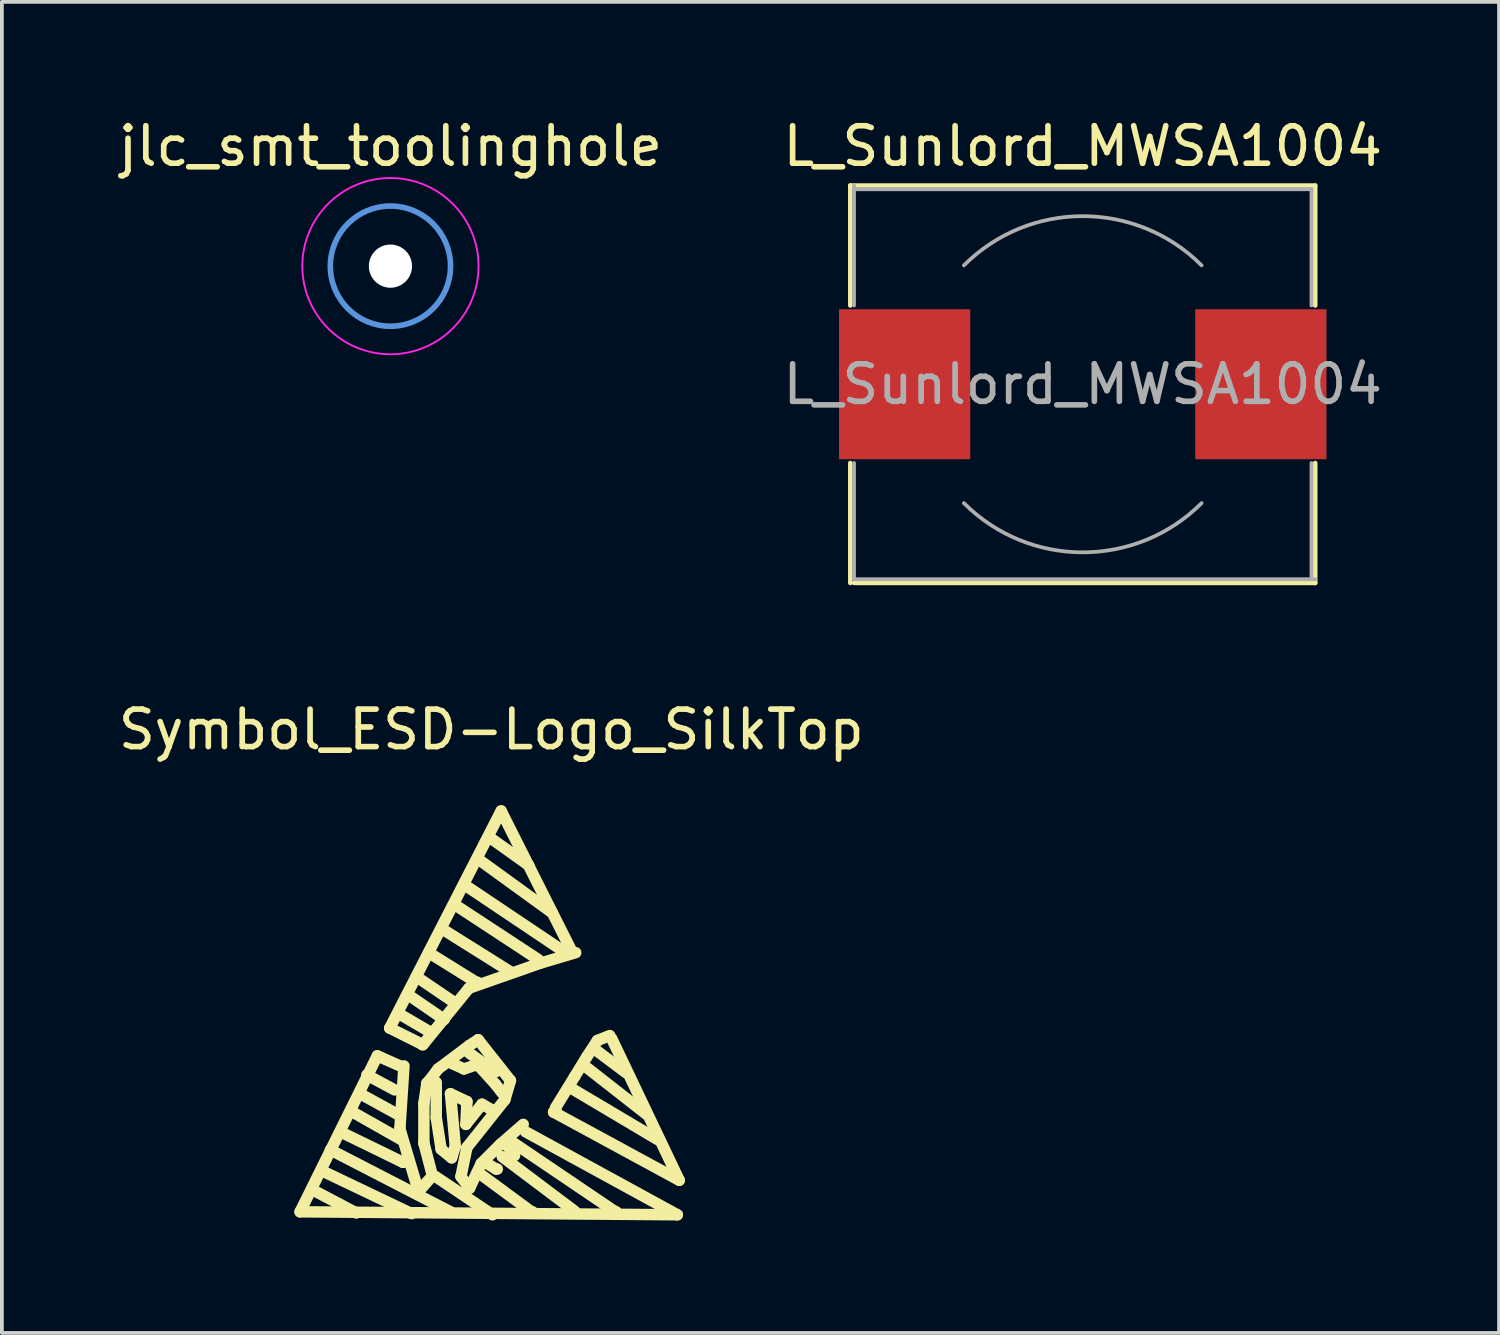
<source format=kicad_pcb>
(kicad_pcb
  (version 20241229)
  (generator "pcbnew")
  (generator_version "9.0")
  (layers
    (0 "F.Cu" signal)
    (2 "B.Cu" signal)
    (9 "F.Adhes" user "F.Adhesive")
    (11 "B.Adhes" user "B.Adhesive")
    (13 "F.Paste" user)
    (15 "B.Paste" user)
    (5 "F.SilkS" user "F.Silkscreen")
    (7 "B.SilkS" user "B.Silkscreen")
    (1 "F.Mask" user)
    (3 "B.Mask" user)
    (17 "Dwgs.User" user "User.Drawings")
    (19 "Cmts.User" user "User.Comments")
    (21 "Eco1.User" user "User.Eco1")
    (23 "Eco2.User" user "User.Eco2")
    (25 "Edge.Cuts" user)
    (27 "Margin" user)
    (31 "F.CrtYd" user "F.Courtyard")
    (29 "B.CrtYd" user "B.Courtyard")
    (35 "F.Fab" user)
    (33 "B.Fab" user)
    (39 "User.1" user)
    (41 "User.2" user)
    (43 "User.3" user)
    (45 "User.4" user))
  (footprint "jlc_smt_toolinghole"
    (layer "F.Cu")
    (at 7.363 4.048)
    (property "Reference" "jlc_smt_toolinghole" (at 0 -3.2 0) (layer "F.SilkS") (effects (font (size 1 1) (thickness 0.15))))
    (attr exclude_from_pos_files exclude_from_bom)
    (fp_circle (center 0 0) (end 1.6 0.1) (stroke (width 0.15) (type solid)) (fill no) (layer "Cmts.User"))
    (fp_circle (center 0 0) (end 2.35 0) (stroke (width 0.05) (type solid)) (fill no) (layer "F.CrtYd"))
    (pad "" np_thru_hole circle (at 0 0) (size 1.152 1.152) (drill 1.152) (layers "*.Cu")))
  (footprint "L_Sunlord_MWSA1004"
    (layer "F.Cu")
    (at 25.827 7.198)
    (property "Reference" "L_Sunlord_MWSA1004" (at 0 -6.35 0) (layer "F.SilkS") (effects (font (size 1 1) (thickness 0.15))))
    (attr smd)
    (fp_line (start -6.2 -5.3) (end 6.2 -5.3) (stroke (width 0.12) (type solid)) (layer "F.SilkS"))
    (fp_line (start -6.2 -2.1) (end -6.2 -5.3) (stroke (width 0.12) (type solid)) (layer "F.SilkS"))
    (fp_line (start -6.2 5.3) (end -6.2 2.1) (stroke (width 0.12) (type solid)) (layer "F.SilkS"))
    (fp_line (start 6.2 -5.3) (end 6.2 -2.1) (stroke (width 0.12) (type solid)) (layer "F.SilkS"))
    (fp_line (start 6.2 2.1) (end 6.2 5.3) (stroke (width 0.12) (type solid)) (layer "F.SilkS"))
    (fp_line (start 6.2 5.3) (end -6.1 5.3) (stroke (width 0.12) (type solid)) (layer "F.SilkS"))
    (fp_line (start -6.1 -5.3) (end -6.1 -2.1) (stroke (width 0.1) (type solid)) (layer "F.Fab"))
    (fp_line (start -6.1 -5.2) (end 6.1 -5.2) (stroke (width 0.1) (type solid)) (layer "F.Fab"))
    (fp_line (start -6.1 5.2) (end -6.1 2.1) (stroke (width 0.1) (type solid)) (layer "F.Fab"))
    (fp_line (start -6.1 5.2) (end 6.2 5.2) (stroke (width 0.1) (type solid)) (layer "F.Fab"))
    (fp_line (start 6.1 -5.2) (end 6.1 -2.1) (stroke (width 0.1) (type solid)) (layer "F.Fab"))
    (fp_line (start 6.1 5.2) (end 6.1 2.1) (stroke (width 0.1) (type solid)) (layer "F.Fab"))
    (fp_arc (start -3.17 -3.17) (mid 0 -4.483057) (end 3.17 -3.17) (stroke (width 0.1) (type solid)) (layer "F.Fab"))
    (fp_arc (start 3.17 3.17) (mid 0 4.483057) (end -3.17 3.17) (stroke (width 0.1) (type solid)) (layer "F.Fab"))
    (fp_text user "${REFERENCE}" (at 0 0 0) (layer "F.Fab") (effects (font (size 1 1) (thickness 0.15))))
    (pad "1" smd rect (at -4.75 0) (size 3.5 4) (layers "F.Cu" "F.Mask" "F.Paste"))
    (pad "2" smd rect (at 4.75 0) (size 3.5 4) (layers "F.Cu" "F.Mask" "F.Paste")))
  (footprint "Symbol_ESD-Logo_SilkTop"
    (layer "F.Cu")
    (at 10.104 25.957)
    (property "Reference" "Symbol_ESD-Logo_SilkTop" (at -0.051 -9.55 0) (layer "F.SilkS") (effects (font (size 1 1) (thickness 0.15))))
    (attr exclude_from_pos_files exclude_from_bom)
    (fp_line (start -5.151 3.312) (end 4.91 3.391) (stroke (width 0.305) (type solid)) (layer "F.SilkS"))
    (fp_line (start -4.77 2.751) (end -3.65 3.343) (stroke (width 0.305) (type solid)) (layer "F.SilkS"))
    (fp_line (start -4.559 2.223) (end -2.179 3.36) (stroke (width 0.305) (type solid)) (layer "F.SilkS"))
    (fp_line (start -4.341 1.661) (end -1.14 3.312) (stroke (width 0.305) (type solid)) (layer "F.SilkS"))
    (fp_line (start -4.031 1.201) (end -2.41 1.991) (stroke (width 0.305) (type solid)) (layer "F.SilkS"))
    (fp_line (start -3.749 0.653) (end -2.461 1.382) (stroke (width 0.305) (type solid)) (layer "F.SilkS"))
    (fp_line (start -3.551 0.163) (end -2.479 0.752) (stroke (width 0.305) (type solid)) (layer "F.SilkS"))
    (fp_line (start -3.371 -0.338) (end -2.629 0.061) (stroke (width 0.305) (type solid)) (layer "F.SilkS"))
    (fp_line (start -3.091 -0.848) (end -5.151 3.312) (stroke (width 0.305) (type solid)) (layer "F.SilkS"))
    (fp_line (start -2.761 -1.587) (end -1.9 -1.158) (stroke (width 0.305) (type solid)) (layer "F.SilkS"))
    (fp_line (start -2.51 -1.968) (end -1.689 -1.488) (stroke (width 0.305) (type solid)) (layer "F.SilkS"))
    (fp_line (start -2.489 1.102) (end -1.991 2.771) (stroke (width 0.305) (type solid)) (layer "F.SilkS"))
    (fp_line (start -2.461 -0.569) (end -3.091 -0.848) (stroke (width 0.305) (type solid)) (layer "F.SilkS"))
    (fp_line (start -2.41 1.991) (end -2.38 1.991) (stroke (width 0.305) (type solid)) (layer "F.SilkS"))
    (fp_line (start -2.38 -0.579) (end -2.489 1.102) (stroke (width 0.305) (type solid)) (layer "F.SilkS"))
    (fp_line (start -2.23 -2.449) (end -1.311 -1.819) (stroke (width 0.305) (type solid)) (layer "F.SilkS"))
    (fp_line (start -2.05 -2.959) (end -1.031 -2.268) (stroke (width 0.305) (type solid)) (layer "F.SilkS"))
    (fp_line (start -1.991 2.771) (end -1.621 2.352) (stroke (width 0.305) (type solid)) (layer "F.SilkS"))
    (fp_line (start -1.9 -1.158) (end -1.869 -1.158) (stroke (width 0.305) (type solid)) (layer "F.SilkS"))
    (fp_line (start -1.849 0.422) (end -1.77 -0.119) (stroke (width 0.305) (type solid)) (layer "F.SilkS"))
    (fp_line (start -1.849 1.481) (end -1.849 0.422) (stroke (width 0.305) (type solid)) (layer "F.SilkS"))
    (fp_line (start -1.77 -0.119) (end -1.72 -0.168) (stroke (width 0.305) (type solid)) (layer "F.SilkS"))
    (fp_line (start -1.72 -3.599) (end -0.45 -2.809) (stroke (width 0.305) (type solid)) (layer "F.SilkS"))
    (fp_line (start -1.72 -0.168) (end -1.471 -0.498) (stroke (width 0.305) (type solid)) (layer "F.SilkS"))
    (fp_line (start -1.621 2.352) (end -1.849 1.481) (stroke (width 0.305) (type solid)) (layer "F.SilkS"))
    (fp_line (start -1.539 2.372) (end -0.02 3.391) (stroke (width 0.305) (type solid)) (layer "F.SilkS"))
    (fp_line (start -1.519 -0.14) (end -1.519 0.803) (stroke (width 0.305) (type solid)) (layer "F.SilkS"))
    (fp_line (start -1.519 0.803) (end -1.389 1.641) (stroke (width 0.305) (type solid)) (layer "F.SilkS"))
    (fp_line (start -1.471 -0.498) (end -0.63 -1.128) (stroke (width 0.305) (type solid)) (layer "F.SilkS"))
    (fp_line (start -1.389 1.641) (end -1.11 1.872) (stroke (width 0.305) (type solid)) (layer "F.SilkS"))
    (fp_line (start -1.359 -4.229) (end 0.46 -3.089) (stroke (width 0.305) (type solid)) (layer "F.SilkS"))
    (fp_line (start -1.311 -1.819) (end -1.311 -1.839) (stroke (width 0.305) (type solid)) (layer "F.SilkS"))
    (fp_line (start -1.14 0.163) (end -0.701 0.371) (stroke (width 0.305) (type solid)) (layer "F.SilkS"))
    (fp_line (start -1.11 -0.648) (end -0.78 -0.498) (stroke (width 0.305) (type solid)) (layer "F.SilkS"))
    (fp_line (start -1.11 1.872) (end -1.011 1.562) (stroke (width 0.305) (type solid)) (layer "F.SilkS"))
    (fp_line (start -1.011 -4.869) (end 1.199 -3.419) (stroke (width 0.305) (type solid)) (layer "F.SilkS"))
    (fp_line (start -1.011 1.562) (end -1.14 0.163) (stroke (width 0.305) (type solid)) (layer "F.SilkS"))
    (fp_line (start -0.861 2.372) (end -0.63 2.682) (stroke (width 0.305) (type solid)) (layer "F.SilkS"))
    (fp_line (start -0.78 -0.498) (end -0.419 -0.617) (stroke (width 0.305) (type solid)) (layer "F.SilkS"))
    (fp_line (start -0.749 -5.397) (end 1.859 -3.647) (stroke (width 0.305) (type solid)) (layer "F.SilkS"))
    (fp_line (start -0.729 0.98) (end -0.3 0.442) (stroke (width 0.305) (type solid)) (layer "F.SilkS"))
    (fp_line (start -0.701 0.371) (end -0.729 0.98) (stroke (width 0.305) (type solid)) (layer "F.SilkS"))
    (fp_line (start -0.701 1.593) (end -0.861 2.372) (stroke (width 0.305) (type solid)) (layer "F.SilkS"))
    (fp_line (start -0.65 -2.649) (end -1.88 -1.138) (stroke (width 0.305) (type solid)) (layer "F.SilkS"))
    (fp_line (start -0.65 -0.93) (end 0.061 -0.419) (stroke (width 0.305) (type solid)) (layer "F.SilkS"))
    (fp_line (start -0.63 -1.128) (end -0.401 -1.278) (stroke (width 0.305) (type solid)) (layer "F.SilkS"))
    (fp_line (start -0.63 2.682) (end -0.32 2.022) (stroke (width 0.305) (type solid)) (layer "F.SilkS"))
    (fp_line (start -0.45 -2.809) (end -0.419 -2.809) (stroke (width 0.305) (type solid)) (layer "F.SilkS"))
    (fp_line (start -0.419 -0.617) (end 0.061 -0.089) (stroke (width 0.305) (type solid)) (layer "F.SilkS"))
    (fp_line (start -0.401 -1.278) (end 0.46 -0.188) (stroke (width 0.305) (type solid)) (layer "F.SilkS"))
    (fp_line (start -0.351 -6.058) (end 1.58 -4.658) (stroke (width 0.305) (type solid)) (layer "F.SilkS"))
    (fp_line (start -0.351 2.301) (end 1.021 3.312) (stroke (width 0.305) (type solid)) (layer "F.SilkS"))
    (fp_line (start -0.32 2.022) (end 0.191 1.511) (stroke (width 0.305) (type solid)) (layer "F.SilkS"))
    (fp_line (start -0.3 0.442) (end -0.071 0.572) (stroke (width 0.305) (type solid)) (layer "F.SilkS"))
    (fp_line (start -0.221 1.991) (end 0.079 2.172) (stroke (width 0.305) (type solid)) (layer "F.SilkS"))
    (fp_line (start -0.089 -6.668) (end 0.95 -5.928) (stroke (width 0.305) (type solid)) (layer "F.SilkS"))
    (fp_line (start 0.061 -0.089) (end 0.239 0.142) (stroke (width 0.305) (type solid)) (layer "F.SilkS"))
    (fp_line (start 0.079 2.172) (end 0.109 2.172) (stroke (width 0.305) (type solid)) (layer "F.SilkS"))
    (fp_line (start 0.191 1.511) (end 0.8 0.98) (stroke (width 0.305) (type solid)) (layer "F.SilkS"))
    (fp_line (start 0.211 -7.379) (end -2.761 -1.587) (stroke (width 0.305) (type solid)) (layer "F.SilkS"))
    (fp_line (start 0.239 1.841) (end 2.169 3.292) (stroke (width 0.305) (type solid)) (layer "F.SilkS"))
    (fp_line (start 0.31 0.323) (end -0.701 1.593) (stroke (width 0.305) (type solid)) (layer "F.SilkS"))
    (fp_line (start 0.31 1.46) (end 0.569 1.811) (stroke (width 0.305) (type solid)) (layer "F.SilkS"))
    (fp_line (start 0.46 -0.188) (end 0.31 0.323) (stroke (width 0.305) (type solid)) (layer "F.SilkS"))
    (fp_line (start 0.521 1.46) (end 3.259 3.312) (stroke (width 0.305) (type solid)) (layer "F.SilkS"))
    (fp_line (start 1.021 3.312) (end 1.049 3.312) (stroke (width 0.305) (type solid)) (layer "F.SilkS"))
    (fp_line (start 1.25 -3.317) (end -0.65 -2.649) (stroke (width 0.305) (type solid)) (layer "F.SilkS"))
    (fp_line (start 1.61 0.653) (end 1.679 0.622) (stroke (width 0.305) (type solid)) (layer "F.SilkS"))
    (fp_line (start 1.659 0.541) (end 2.169 -0.29) (stroke (width 0.305) (type solid)) (layer "F.SilkS"))
    (fp_line (start 2.09 -3.647) (end 0.211 -7.379) (stroke (width 0.305) (type solid)) (layer "F.SilkS"))
    (fp_line (start 2.121 0.041) (end 4.379 1.382) (stroke (width 0.305) (type solid)) (layer "F.SilkS"))
    (fp_line (start 2.169 -0.29) (end 2.499 -0.828) (stroke (width 0.305) (type solid)) (layer "F.SilkS"))
    (fp_line (start 2.2 -3.599) (end 1.25 -3.317) (stroke (width 0.305) (type solid)) (layer "F.SilkS"))
    (fp_line (start 2.451 -0.569) (end 4.1 0.721) (stroke (width 0.305) (type solid)) (layer "F.SilkS"))
    (fp_line (start 2.499 -0.828) (end 2.779 -1.257) (stroke (width 0.305) (type solid)) (layer "F.SilkS"))
    (fp_line (start 2.7 -1.029) (end 3.541 -0.399) (stroke (width 0.305) (type solid)) (layer "F.SilkS"))
    (fp_line (start 2.779 -1.257) (end 3.109 -1.389) (stroke (width 0.305) (type solid)) (layer "F.SilkS"))
    (fp_line (start 3.16 -1.308) (end 4.961 2.471) (stroke (width 0.305) (type solid)) (layer "F.SilkS"))
    (fp_line (start 3.259 3.312) (end 3.279 3.312) (stroke (width 0.305) (type solid)) (layer "F.SilkS"))
    (fp_line (start 4.91 3.391) (end 0.869 1.181) (stroke (width 0.305) (type solid)) (layer "F.SilkS"))
    (fp_line (start 4.961 2.471) (end 1.61 0.653) (stroke (width 0.305) (type solid)) (layer "F.SilkS")))
  (gr_rect
    (start -3 -3)
    (end 36.929 32.5)
    (stroke (width 0.1) (type default))
    (fill no)
    (layer "Edge.Cuts")))
</source>
